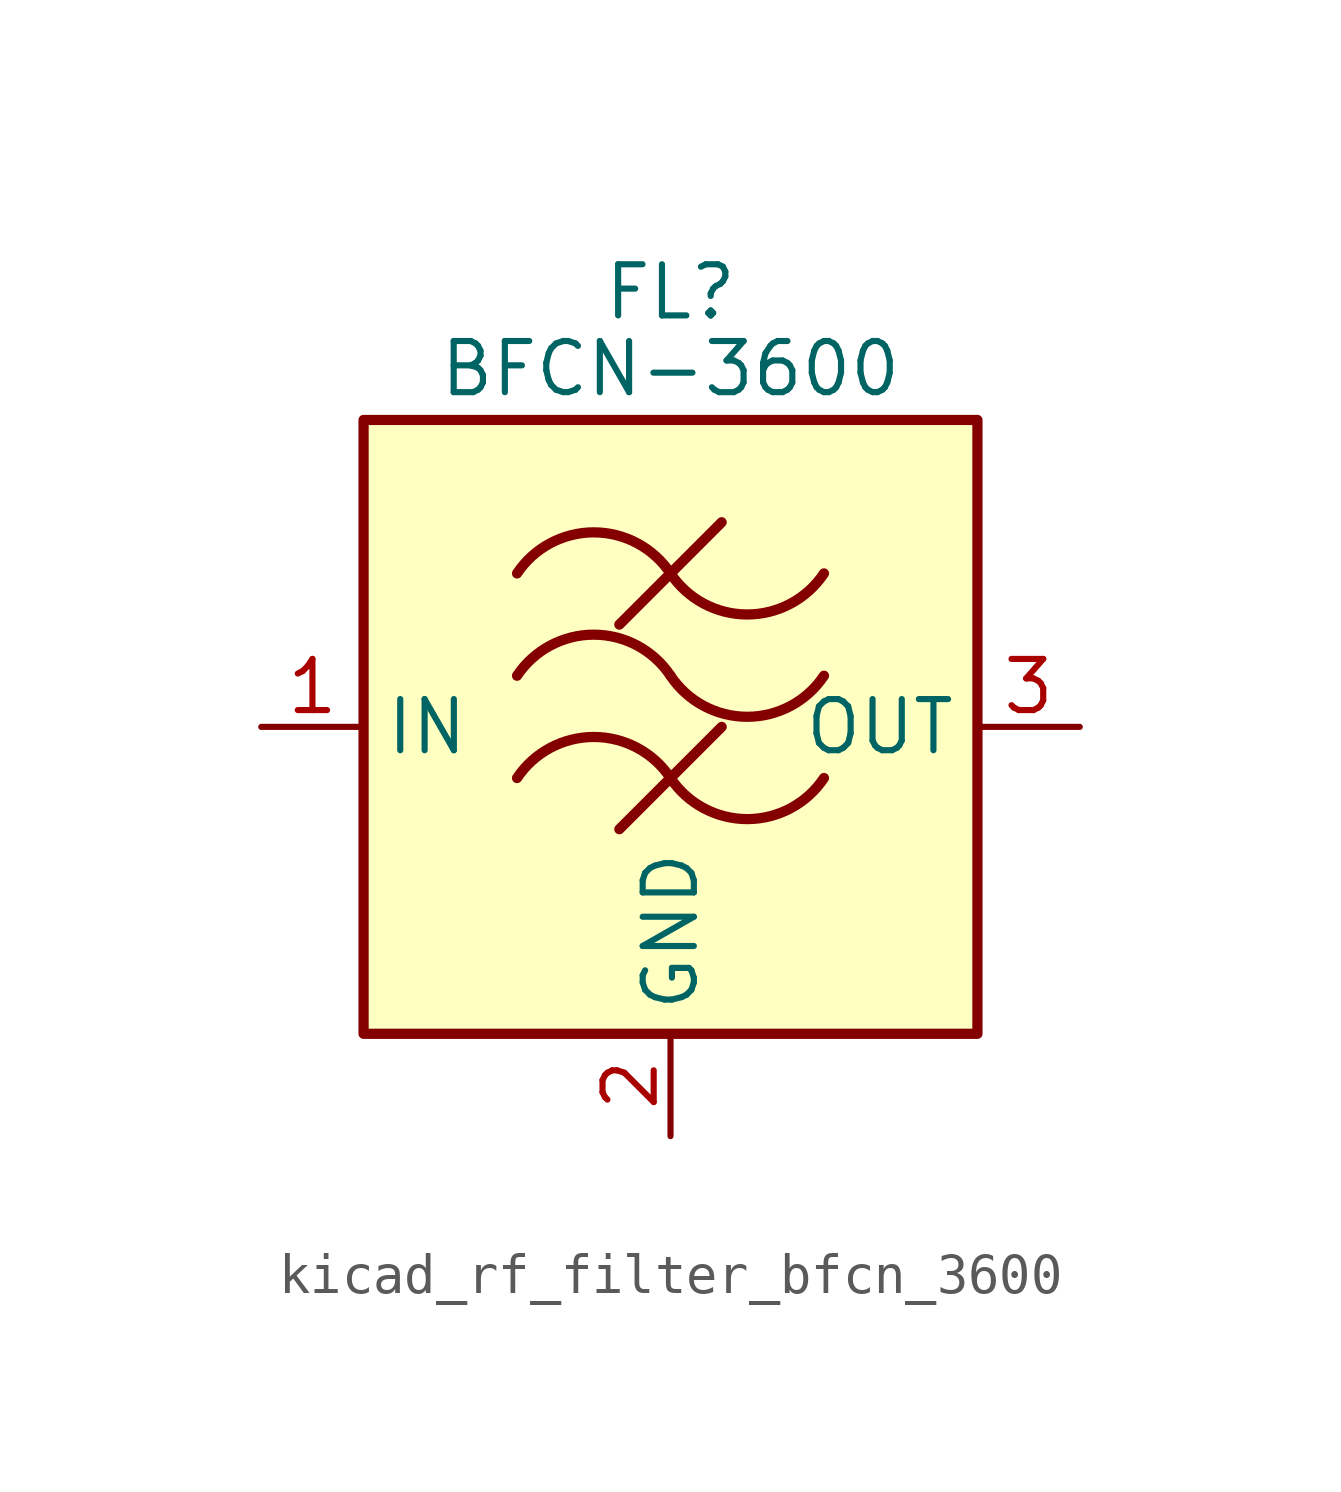
<source format=kicad_sym>
(kicad_symbol_lib
  (version 20220914)
  (generator kicad_symbol_editor)
  (symbol "kicad_rf_filter_bfcn_3600"
    (property "Reference" "FL"
      (at 0 10.795 0)
      (effects (font (size 1.27 1.27))))
    (property "Value" "BFCN-3600"
      (at 0 8.89 0)
      (effects (font (size 1.27 1.27))))
    (symbol "kicad_rf_filter_bfcn_3600_0_1"
      (rectangle (start -7.62 7.62) (end 7.62 -7.62) (stroke (width 0.254) (type default)) (fill (type background)))
      (arc (start 0 -1.27) (mid -1.905 -0.2505) (end -3.81 -1.27) (stroke (width 0.254) (type default)) (fill (type none)))
      (arc (start 0 -1.27) (mid 1.905 -2.2895) (end 3.81 -1.27) (stroke (width 0.254) (type default)) (fill (type none)))
      (polyline (pts (xy -1.27 -2.54) (xy 1.27 0)) (stroke (width 0.254) (type default)) (fill (type none)))
      (polyline (pts (xy -1.27 2.54) (xy 1.27 5.08)) (stroke (width 0.254) (type default)) (fill (type none)))
      (arc (start 0 1.27) (mid -1.905 2.2895) (end -3.81 1.27) (stroke (width 0.254) (type default)) (fill (type none)))
      (arc (start 0 1.27) (mid 1.905 0.2505) (end 3.81 1.27) (stroke (width 0.254) (type default)) (fill (type none)))
      (arc (start 0 3.81) (mid -1.905 4.8295) (end -3.81 3.81) (stroke (width 0.254) (type default)) (fill (type none)))
      (arc (start 0 3.81) (mid 1.905 2.7905) (end 3.81 3.81) (stroke (width 0.254) (type default)) (fill (type none))))
    (symbol "kicad_rf_filter_bfcn_3600_1_1"
      (pin passive line (at -10.16 0 0) (length 2.54) (name "IN" (effects (font (size 1.27 1.27)))) (number "1" (effects (font (size 1.27 1.27)))))
      (pin passive line (at 0 -10.16 90) (length 2.54) (name "GND" (effects (font (size 1.27 1.27)))) (number "2" (effects (font (size 1.27 1.27)))))
      (pin passive line (at 10.16 0 180) (length 2.54) (name "OUT" (effects (font (size 1.27 1.27)))) (number "3" (effects (font (size 1.27 1.27)))))
      (pin passive line (at 0 -10.16 90) (length 2.54) hide (name "GND" (effects (font (size 1.27 1.27)))) (number "4" (effects (font (size 1.27 1.27))))))))
</source>
